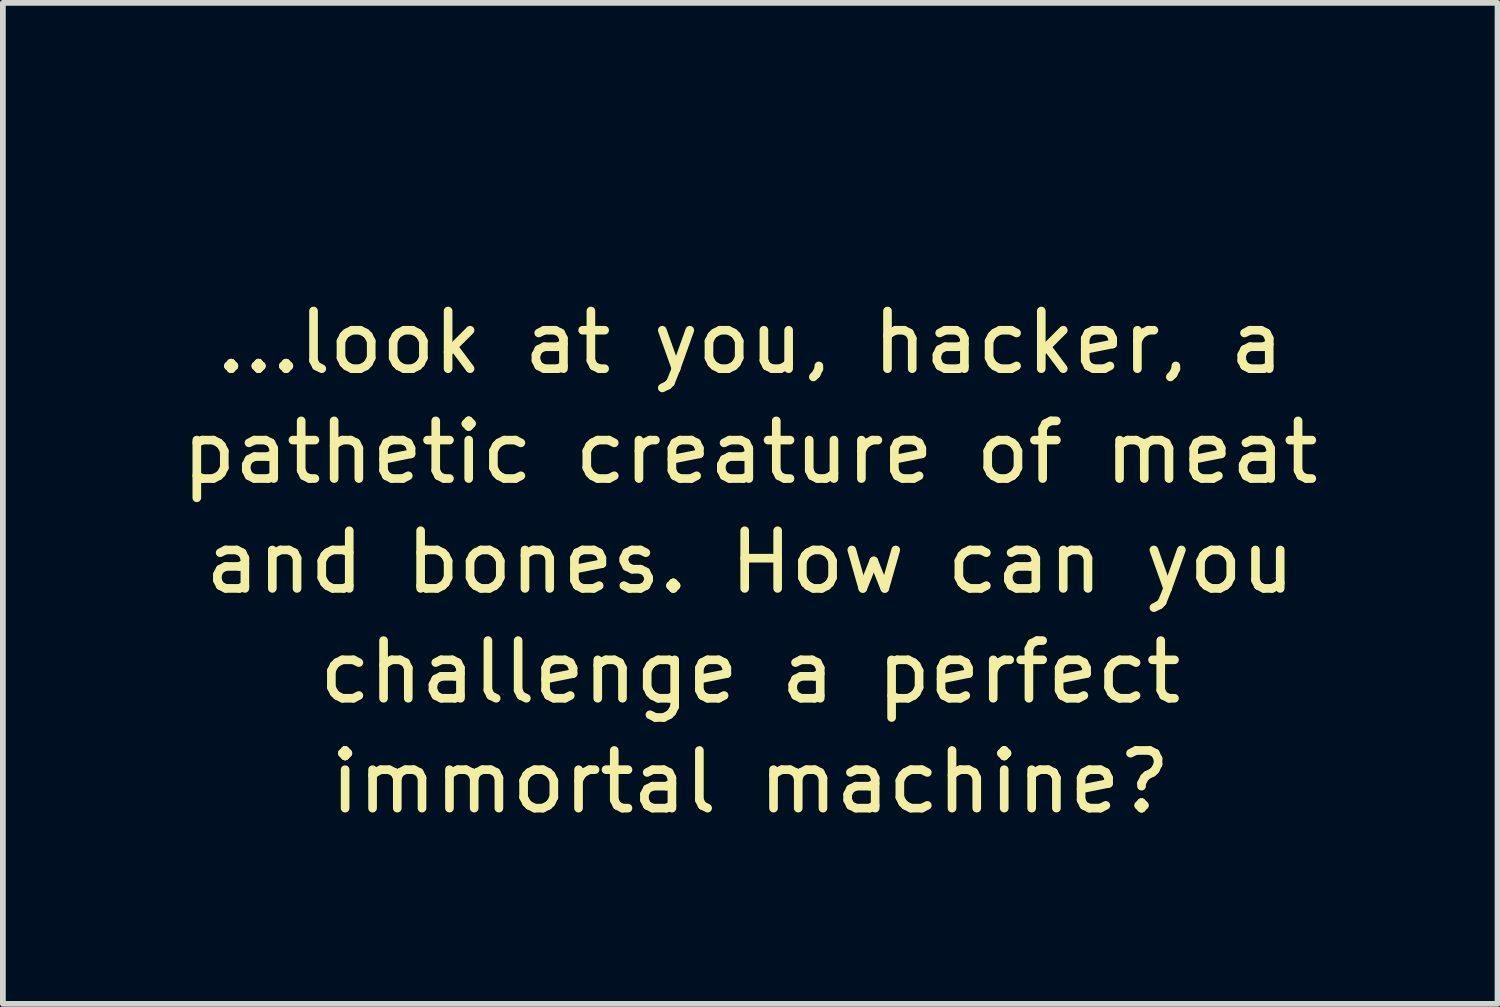
<source format=kicad_pcb>
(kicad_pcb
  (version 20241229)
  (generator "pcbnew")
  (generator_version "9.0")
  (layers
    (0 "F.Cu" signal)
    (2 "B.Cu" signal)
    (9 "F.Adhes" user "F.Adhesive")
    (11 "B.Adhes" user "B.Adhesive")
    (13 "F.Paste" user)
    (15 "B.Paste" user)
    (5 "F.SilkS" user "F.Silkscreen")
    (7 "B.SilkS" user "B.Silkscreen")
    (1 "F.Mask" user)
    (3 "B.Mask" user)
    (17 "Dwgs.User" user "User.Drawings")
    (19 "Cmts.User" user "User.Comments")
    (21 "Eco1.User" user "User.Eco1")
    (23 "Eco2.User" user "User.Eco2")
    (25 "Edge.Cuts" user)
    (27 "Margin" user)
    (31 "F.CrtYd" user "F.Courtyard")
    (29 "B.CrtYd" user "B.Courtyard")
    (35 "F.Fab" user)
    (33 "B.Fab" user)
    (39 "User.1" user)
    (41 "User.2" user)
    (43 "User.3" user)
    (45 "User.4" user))
  (footprint "pathetic"
    (layer "F.Cu")
    (at 9.958 0.348)
    (property "Reference" "pathetic" (at 0 0.5 0) (layer "B.Mask") (effects (font (size 1 1) (thickness 0.15))))
    (attr through_hole)
    (fp_text user "and bones. How can you" (at 0 6.35 0) (layer "F.SilkS") (effects (font (size 1 1) (thickness 0.15))))
    (fp_text user "...look at you, hacker, a" (at 0 2.54 0) (layer "F.SilkS") (effects (font (size 1 1) (thickness 0.15))))
    (fp_text user "immortal machine?" (at 0 10.16 0) (layer "F.SilkS") (effects (font (size 1 1) (thickness 0.15))))
    (fp_text user "pathetic creature of meat" (at 0 4.445 0) (layer "F.SilkS") (effects (font (size 1 1) (thickness 0.15))))
    (fp_text user "challenge a perfect" (at 0 8.255 0) (layer "F.SilkS") (effects (font (size 1 1) (thickness 0.15)))))
  (gr_rect
    (start -3 -3)
    (end 22.917 14.357)
    (stroke (width 0.1) (type default))
    (fill no)
    (layer "Edge.Cuts")))
</source>
